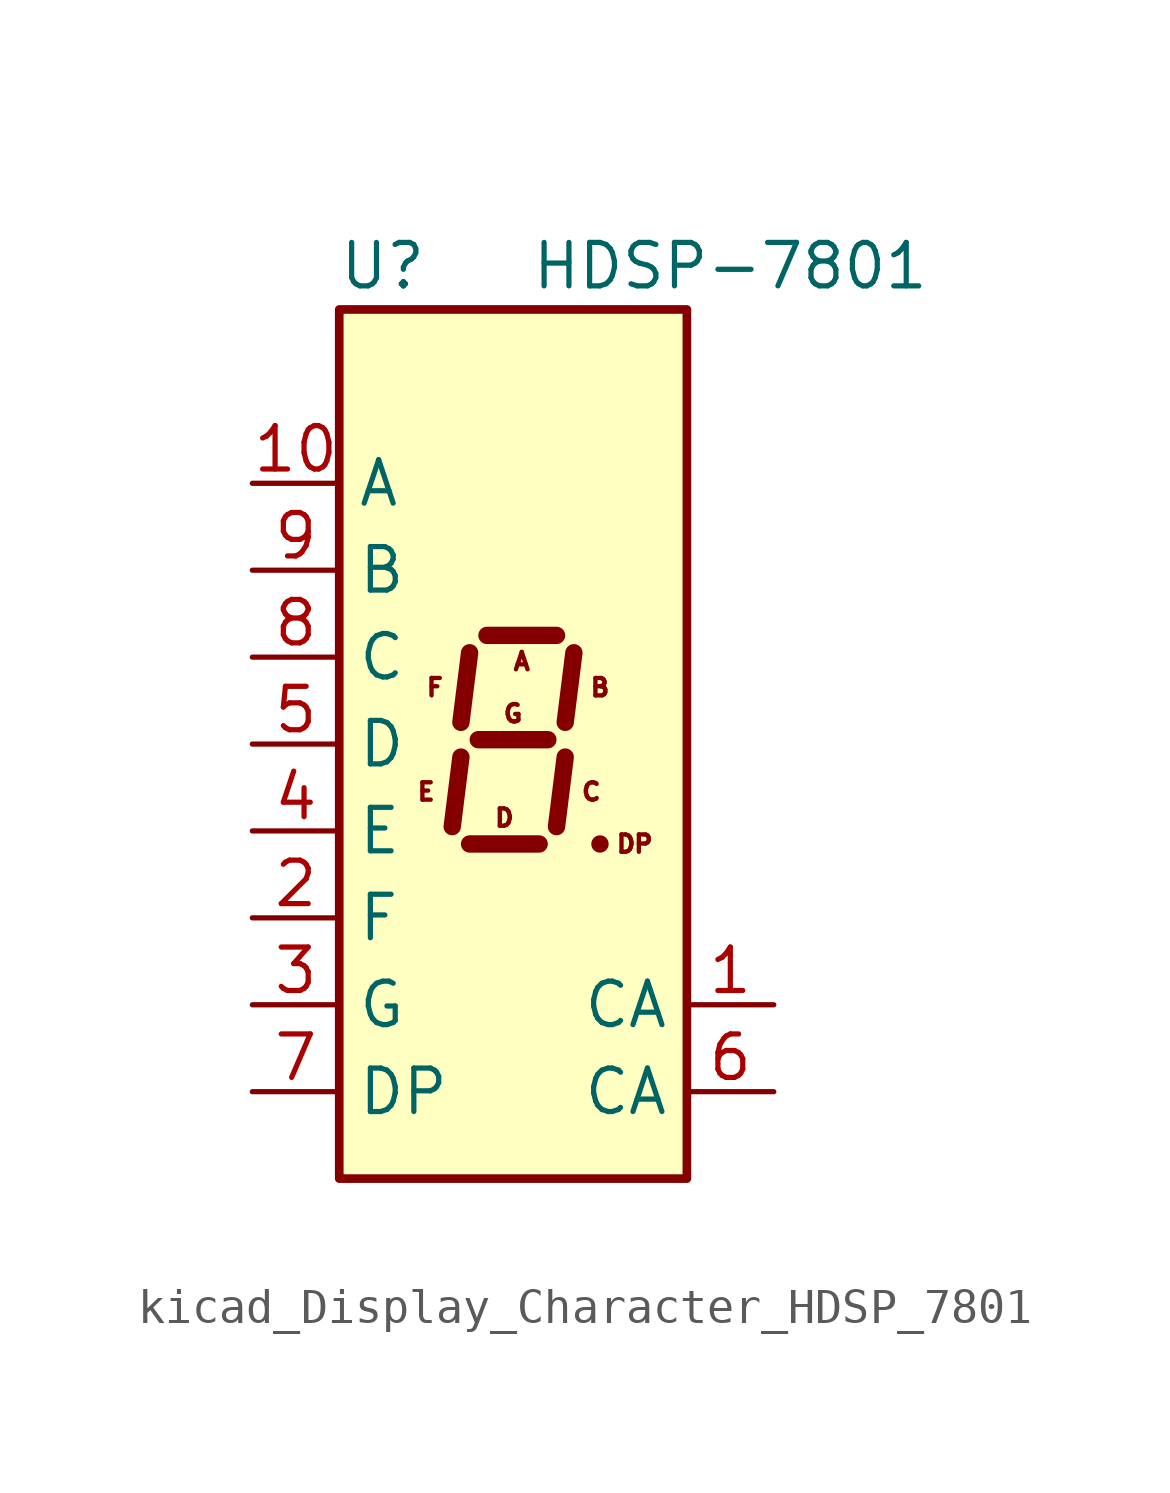
<source format=kicad_sym>
(kicad_symbol_lib
  (version 20220914)
  (generator kicad_symbol_editor)
  (symbol "kicad_Display_Character_HDSP_7801"
    (property "Reference" "U"
      (at -3.81 13.97 0)
      (effects (font (size 1.27 1.27))))
    (property "Value" "HDSP-7801"
      (at 6.35 13.97 0)
      (effects (font (size 1.27 1.27))))
    (symbol "kicad_Display_Character_HDSP_7801_1_0"
      (text "A" (at 0.254 2.413 0) (effects (font (size 0.508 0.508))))
      (text "B" (at 2.54 1.651 0) (effects (font (size 0.508 0.508))))
      (text "C" (at 2.286 -1.397 0) (effects (font (size 0.508 0.508))))
      (text "D" (at -0.254 -2.159 0) (effects (font (size 0.508 0.508))))
      (text "DP" (at 3.556 -2.921 0) (effects (font (size 0.508 0.508))))
      (text "E" (at -2.54 -1.397 0) (effects (font (size 0.508 0.508))))
      (text "F" (at -2.286 1.651 0) (effects (font (size 0.508 0.508))))
      (text "G" (at 0 0.889 0) (effects (font (size 0.508 0.508)))))
    (symbol "kicad_Display_Character_HDSP_7801_1_1"
      (rectangle (start -5.08 12.7) (end 5.08 -12.7) (stroke (width 0.254) (type default)) (fill (type background)))
      (polyline (pts (xy -1.524 -0.381) (xy -1.778 -2.413)) (stroke (width 0.508) (type default)) (fill (type none)))
      (polyline (pts (xy -1.27 -2.921) (xy 0.762 -2.921)) (stroke (width 0.508) (type default)) (fill (type none)))
      (polyline (pts (xy -1.27 2.667) (xy -1.524 0.635)) (stroke (width 0.508) (type default)) (fill (type none)))
      (polyline (pts (xy -1.016 0.127) (xy 1.016 0.127)) (stroke (width 0.508) (type default)) (fill (type none)))
      (polyline (pts (xy -0.762 3.175) (xy 1.27 3.175)) (stroke (width 0.508) (type default)) (fill (type none)))
      (polyline (pts (xy 1.524 -0.381) (xy 1.27 -2.413)) (stroke (width 0.508) (type default)) (fill (type none)))
      (polyline (pts (xy 1.778 2.667) (xy 1.524 0.635)) (stroke (width 0.508) (type default)) (fill (type none)))
      (polyline (pts (xy 2.54 -2.921) (xy 2.54 -2.921)) (stroke (width 0.508) (type default)) (fill (type none)))
      (pin input line (at 7.62 -7.62 180) (length 2.54) (name "CA" (effects (font (size 1.27 1.27)))) (number "1" (effects (font (size 1.27 1.27)))))
      (pin input line (at -7.62 7.62 0) (length 2.54) (name "A" (effects (font (size 1.27 1.27)))) (number "10" (effects (font (size 1.27 1.27)))))
      (pin input line (at -7.62 -5.08 0) (length 2.54) (name "F" (effects (font (size 1.27 1.27)))) (number "2" (effects (font (size 1.27 1.27)))))
      (pin input line (at -7.62 -7.62 0) (length 2.54) (name "G" (effects (font (size 1.27 1.27)))) (number "3" (effects (font (size 1.27 1.27)))))
      (pin input line (at -7.62 -2.54 0) (length 2.54) (name "E" (effects (font (size 1.27 1.27)))) (number "4" (effects (font (size 1.27 1.27)))))
      (pin input line (at -7.62 0 0) (length 2.54) (name "D" (effects (font (size 1.27 1.27)))) (number "5" (effects (font (size 1.27 1.27)))))
      (pin input line (at 7.62 -10.16 180) (length 2.54) (name "CA" (effects (font (size 1.27 1.27)))) (number "6" (effects (font (size 1.27 1.27)))))
      (pin input line (at -7.62 -10.16 0) (length 2.54) (name "DP" (effects (font (size 1.27 1.27)))) (number "7" (effects (font (size 1.27 1.27)))))
      (pin input line (at -7.62 2.54 0) (length 2.54) (name "C" (effects (font (size 1.27 1.27)))) (number "8" (effects (font (size 1.27 1.27)))))
      (pin input line (at -7.62 5.08 0) (length 2.54) (name "B" (effects (font (size 1.27 1.27)))) (number "9" (effects (font (size 1.27 1.27))))))))
</source>
